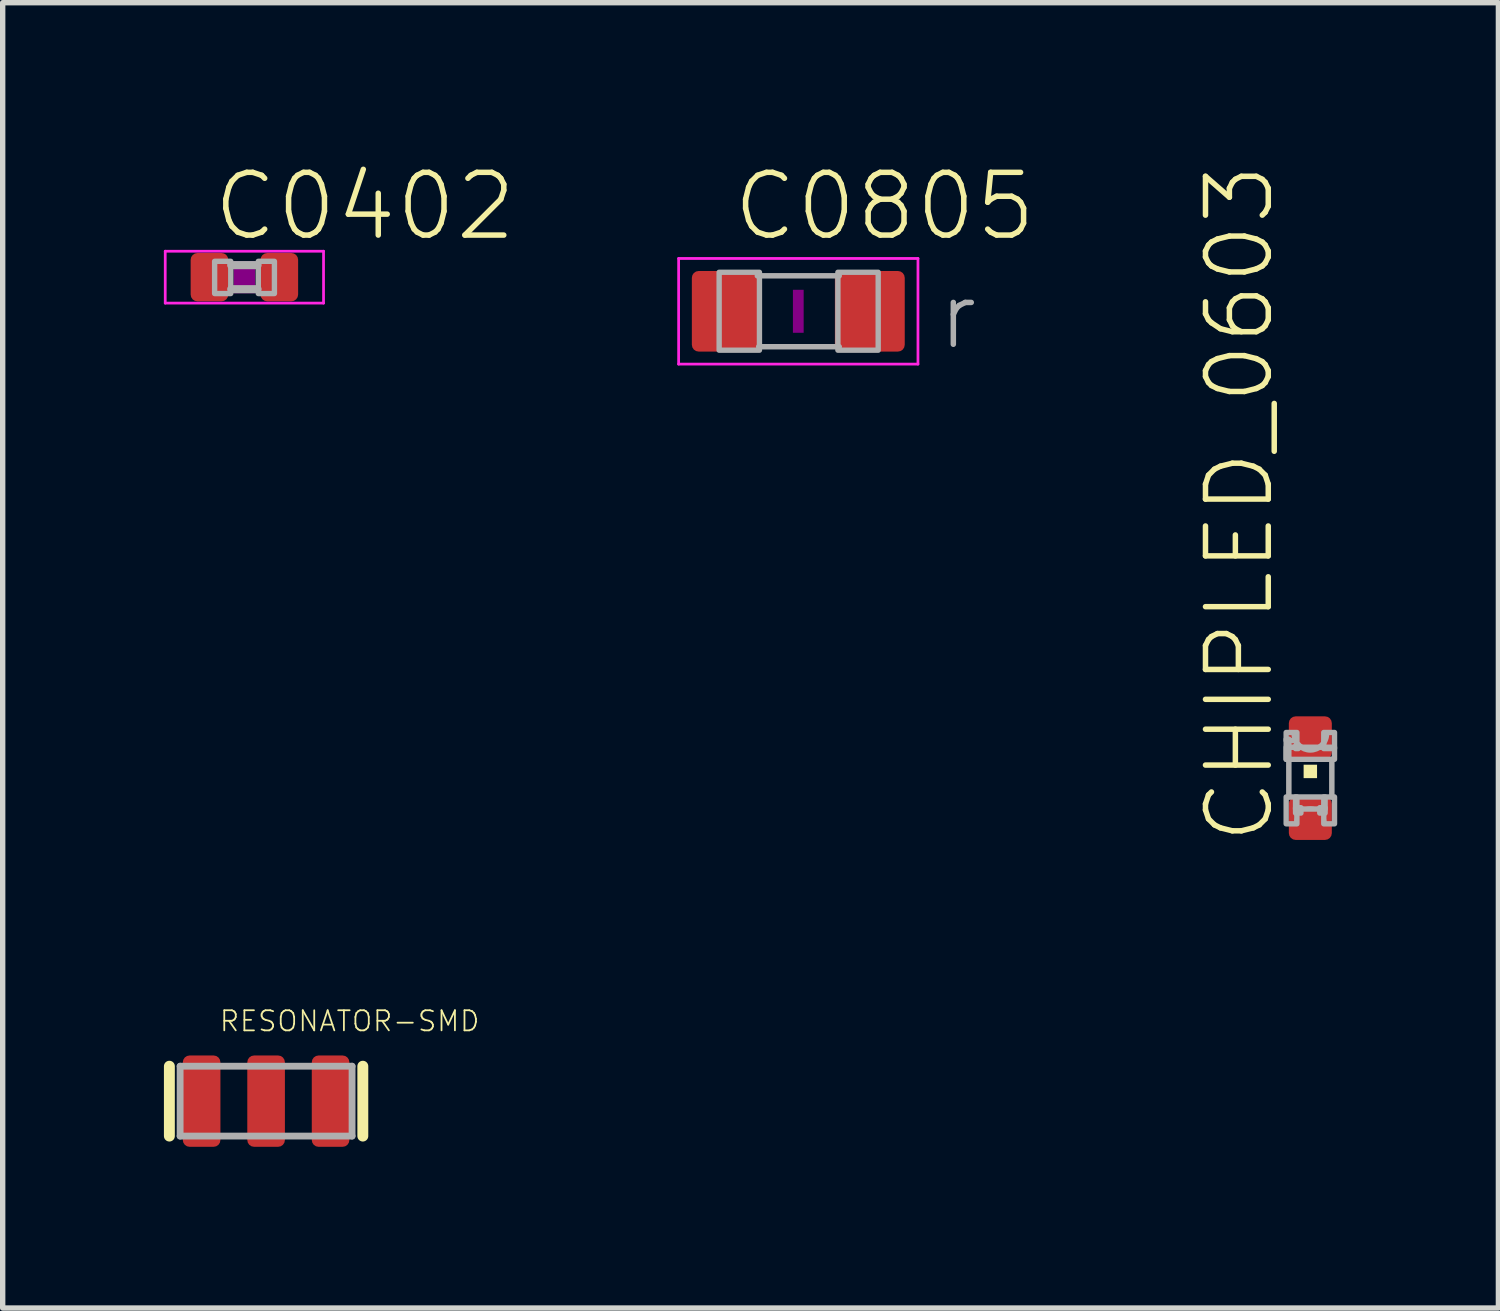
<source format=kicad_pcb>
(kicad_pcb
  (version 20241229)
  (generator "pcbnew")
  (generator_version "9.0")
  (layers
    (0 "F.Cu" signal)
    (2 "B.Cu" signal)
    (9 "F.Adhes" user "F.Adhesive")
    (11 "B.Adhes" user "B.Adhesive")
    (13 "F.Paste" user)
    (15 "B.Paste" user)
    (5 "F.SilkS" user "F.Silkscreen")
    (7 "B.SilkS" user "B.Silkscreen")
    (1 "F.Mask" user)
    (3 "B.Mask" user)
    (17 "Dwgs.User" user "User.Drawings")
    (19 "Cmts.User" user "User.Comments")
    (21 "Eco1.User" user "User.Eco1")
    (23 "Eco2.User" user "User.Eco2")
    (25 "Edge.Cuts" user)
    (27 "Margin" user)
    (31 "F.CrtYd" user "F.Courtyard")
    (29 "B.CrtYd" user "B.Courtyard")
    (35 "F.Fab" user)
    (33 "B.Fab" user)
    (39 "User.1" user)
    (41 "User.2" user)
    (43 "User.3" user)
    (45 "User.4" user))
  (footprint "RESONATOR-SMD"
    (layer "F.Cu")
    (at 1.902 17.442)
    (property "Reference" "RESONATOR-SMD" (at -0.889 -1.27 0) (unlocked yes) (layer "F.SilkS") (effects (font (size 0.374 0.374) (thickness 0.033)) (justify left bottom)))
    (fp_line (start -1.8 0.65) (end -1.8 -0.65) (stroke (width 0.203) (type solid)) (layer "F.SilkS"))
    (fp_line (start 1.8 -0.65) (end 1.8 0.65) (stroke (width 0.203) (type solid)) (layer "F.SilkS"))
    (fp_line (start -1.6 -0.65) (end 1.6 -0.65) (stroke (width 0.127) (type solid)) (layer "F.Fab"))
    (fp_line (start -1.6 0.65) (end -1.6 -0.65) (stroke (width 0.127) (type solid)) (layer "F.Fab"))
    (fp_line (start 1.6 -0.65) (end 1.6 0.65) (stroke (width 0.127) (type solid)) (layer "F.Fab"))
    (fp_line (start 1.6 0.65) (end -1.6 0.65) (stroke (width 0.127) (type solid)) (layer "F.Fab"))
    (pad "1" smd roundrect (at -1.2 0) (size 0.7 1.7) (layers "F.Cu" "F.Mask" "F.Paste") (roundrect_rratio 0.181))
    (pad "2" smd roundrect (at 0 0) (size 0.7 1.7) (layers "F.Cu" "F.Mask" "F.Paste") (roundrect_rratio 0.181))
    (pad "3" smd roundrect (at 1.2 0) (size 0.7 1.7) (layers "F.Cu" "F.Mask" "F.Paste") (roundrect_rratio 0.181)))
  (footprint "C0402"
    (layer "F.Cu")
    (at 1.498 2.108)
    (property "Reference" "C0402" (at -0.635 -0.635 0) (unlocked yes) (layer "F.SilkS") (effects (font (size 1.168 1.168) (thickness 0.102)) (justify left bottom)))
    (fp_poly (pts (xy -0.2 0.3) (xy 0.2 0.3) (xy 0.2 -0.3) (xy -0.2 -0.3)) (stroke (width 0) (type default)) (fill yes) (layer "F.Adhes"))
    (fp_line (start -1.473 -0.483) (end 1.473 -0.483) (stroke (width 0.051) (type solid)) (layer "F.CrtYd"))
    (fp_line (start -1.473 0.483) (end -1.473 -0.483) (stroke (width 0.051) (type solid)) (layer "F.CrtYd"))
    (fp_line (start 1.473 -0.483) (end 1.473 0.483) (stroke (width 0.051) (type solid)) (layer "F.CrtYd"))
    (fp_line (start 1.473 0.483) (end -1.473 0.483) (stroke (width 0.051) (type solid)) (layer "F.CrtYd"))
    (fp_line (start -0.245 -0.224) (end 0.245 -0.224) (stroke (width 0.152) (type solid)) (layer "F.Fab"))
    (fp_line (start 0.245 0.224) (end -0.245 0.224) (stroke (width 0.152) (type solid)) (layer "F.Fab"))
    (fp_poly (pts (xy -0.554 0.305) (xy -0.254 0.305) (xy -0.254 -0.295) (xy -0.554 -0.295)) (stroke (width 0.1) (type default)) (fill no) (layer "F.Fab"))
    (fp_poly (pts (xy 0.259 0.305) (xy 0.559 0.305) (xy 0.559 -0.295) (xy 0.259 -0.295)) (stroke (width 0.1) (type default)) (fill no) (layer "F.Fab"))
    (pad "1" smd roundrect (at -0.65 0) (size 0.7 0.9) (layers "F.Cu" "F.Mask" "F.Paste") (roundrect_rratio 0.181))
    (pad "2" smd roundrect (at 0.65 0) (size 0.7 0.9) (layers "F.Cu" "F.Mask" "F.Paste") (roundrect_rratio 0.181)))
  (footprint "CHIPLED_0603"
    (layer "F.Cu")
    (at 21.335 11.431)
    (property "Reference" "CHIPLED_0603" (at -0.635 1.27 90) (unlocked yes) (layer "F.SilkS") (effects (font (size 1.168 1.168) (thickness 0.102)) (justify left bottom)))
    (fp_poly (pts (xy -0.125 0) (xy 0.125 0) (xy 0.125 -0.25) (xy -0.125 -0.25)) (stroke (width 0) (type default)) (fill yes) (layer "F.SilkS"))
    (fp_line (start -0.4 -0.375) (end -0.4 0.35) (stroke (width 0.102) (type solid)) (layer "F.Fab"))
    (fp_line (start 0.4 -0.35) (end 0.4 0.35) (stroke (width 0.102) (type solid)) (layer "F.Fab"))
    (fp_arc (start -0.275 0.825) (mid 0 0.55) (end 0.275 0.825) (stroke (width 0.0508) (type solid)) (layer "F.Fab"))
    (fp_arc (start 0.3 -0.799998) (mid -0.000001 -0.524966) (end -0.3 -0.8) (stroke (width 0.1016) (type solid)) (layer "F.Fab"))
    (fp_circle (center -0.35 -0.625) (end -0.275 -0.625) (stroke (width 0.051) (type solid)) (fill no) (layer "F.Fab"))
    (fp_poly (pts (xy -0.45 -0.7) (xy -0.25 -0.7) (xy -0.25 -0.85) (xy -0.45 -0.85)) (stroke (width 0.1) (type default)) (fill no) (layer "F.Fab"))
    (fp_poly (pts (xy -0.45 -0.35) (xy -0.4 -0.35) (xy -0.4 -0.725) (xy -0.45 -0.725)) (stroke (width 0.1) (type default)) (fill no) (layer "F.Fab"))
    (fp_poly (pts (xy -0.45 -0.35) (xy 0.45 -0.35) (xy 0.45 -0.575) (xy -0.45 -0.575)) (stroke (width 0.1) (type default)) (fill no) (layer "F.Fab"))
    (fp_poly (pts (xy -0.45 0.85) (xy -0.25 0.85) (xy -0.25 0.35) (xy -0.45 0.35)) (stroke (width 0.1) (type default)) (fill no) (layer "F.Fab"))
    (fp_poly (pts (xy -0.275 -0.55) (xy -0.225 -0.55) (xy -0.225 -0.6) (xy -0.275 -0.6)) (stroke (width 0.1) (type default)) (fill no) (layer "F.Fab"))
    (fp_poly (pts (xy -0.275 0.575) (xy 0.275 0.575) (xy 0.275 0.35) (xy -0.275 0.35)) (stroke (width 0.1) (type default)) (fill no) (layer "F.Fab"))
    (fp_poly (pts (xy -0.275 0.65) (xy -0.175 0.65) (xy -0.175 0.55) (xy -0.275 0.55)) (stroke (width 0.1) (type default)) (fill no) (layer "F.Fab"))
    (fp_poly (pts (xy 0.175 0.65) (xy 0.275 0.65) (xy 0.275 0.55) (xy 0.175 0.55)) (stroke (width 0.1) (type default)) (fill no) (layer "F.Fab"))
    (fp_poly (pts (xy 0.25 -0.55) (xy 0.45 -0.55) (xy 0.45 -0.85) (xy 0.25 -0.85)) (stroke (width 0.1) (type default)) (fill no) (layer "F.Fab"))
    (fp_poly (pts (xy 0.25 0.85) (xy 0.45 0.85) (xy 0.45 0.35) (xy 0.25 0.35)) (stroke (width 0.1) (type default)) (fill no) (layer "F.Fab"))
    (pad "A" smd roundrect (at 0 0.75) (size 0.8 0.8) (layers "F.Cu" "F.Mask" "F.Paste") (roundrect_rratio 0.159))
    (pad "C" smd roundrect (at 0 -0.75) (size 0.8 0.8) (layers "F.Cu" "F.Mask" "F.Paste") (roundrect_rratio 0.159)))
  (footprint "C0805"
    (layer "F.Cu")
    (at 11.806 2.743)
    (property "Reference" "C0805" (at -1.27 -1.27 0) (unlocked yes) (layer "F.SilkS") (effects (font (size 1.168 1.168) (thickness 0.102)) (justify left bottom)))
    (fp_poly (pts (xy -0.1 0.4) (xy 0.1 0.4) (xy 0.1 -0.4) (xy -0.1 -0.4)) (stroke (width 0) (type default)) (fill yes) (layer "F.Adhes"))
    (fp_line (start -2.227 -0.983) (end 2.227 -0.983) (stroke (width 0.051) (type solid)) (layer "F.CrtYd"))
    (fp_line (start -2.227 0.983) (end -2.227 -0.983) (stroke (width 0.051) (type solid)) (layer "F.CrtYd"))
    (fp_line (start 2.227 -0.983) (end 2.227 0.983) (stroke (width 0.051) (type solid)) (layer "F.CrtYd"))
    (fp_line (start 2.227 0.983) (end -2.227 0.983) (stroke (width 0.051) (type solid)) (layer "F.CrtYd"))
    (fp_line (start -0.762 -0.66) (end 0.762 -0.66) (stroke (width 0.102) (type solid)) (layer "F.Fab"))
    (fp_line (start -0.737 0.66) (end 0.762 0.66) (stroke (width 0.102) (type solid)) (layer "F.Fab"))
    (fp_poly (pts (xy -1.473 0.724) (xy -0.723 0.724) (xy -0.723 -0.726) (xy -1.473 -0.726)) (stroke (width 0.1) (type default)) (fill no) (layer "F.Fab"))
    (fp_poly (pts (xy 0.737 0.724) (xy 1.487 0.724) (xy 1.487 -0.726) (xy 0.737 -0.726)) (stroke (width 0.1) (type default)) (fill no) (layer "F.Fab"))
    (fp_text user "r" (at 2.54 0.762 0) (unlocked yes) (layer "F.Fab") (effects (font (size 1.168 1.168) (thickness 0.102)) (justify left bottom)))
    (pad "1" smd roundrect (at -1.331 0) (size 1.3 1.5) (layers "F.Cu" "F.Mask" "F.Paste") (roundrect_rratio 0.098))
    (pad "2" smd roundrect (at 1.331 0) (size 1.3 1.5) (layers "F.Cu" "F.Mask" "F.Paste") (roundrect_rratio 0.098)))
  (gr_rect
    (start -3 -3)
    (end 24.835 21.292)
    (stroke (width 0.1) (type default))
    (fill no)
    (layer "Edge.Cuts")))
</source>
